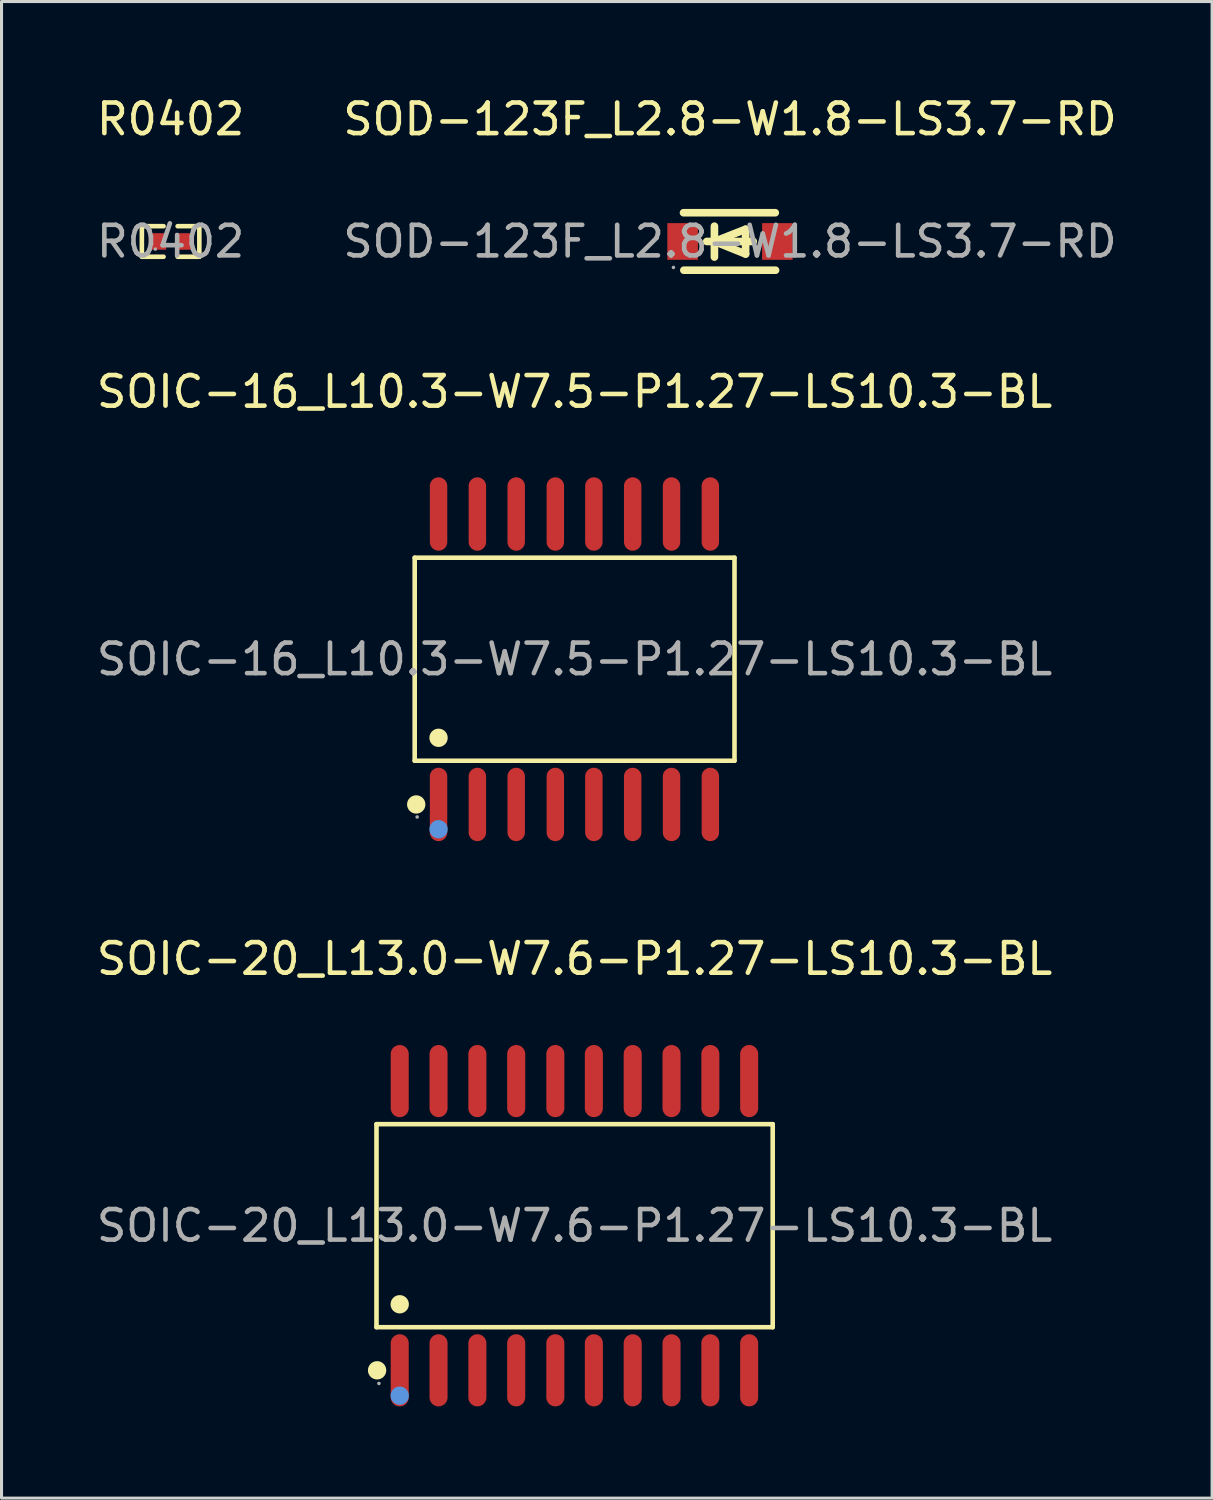
<source format=kicad_pcb>
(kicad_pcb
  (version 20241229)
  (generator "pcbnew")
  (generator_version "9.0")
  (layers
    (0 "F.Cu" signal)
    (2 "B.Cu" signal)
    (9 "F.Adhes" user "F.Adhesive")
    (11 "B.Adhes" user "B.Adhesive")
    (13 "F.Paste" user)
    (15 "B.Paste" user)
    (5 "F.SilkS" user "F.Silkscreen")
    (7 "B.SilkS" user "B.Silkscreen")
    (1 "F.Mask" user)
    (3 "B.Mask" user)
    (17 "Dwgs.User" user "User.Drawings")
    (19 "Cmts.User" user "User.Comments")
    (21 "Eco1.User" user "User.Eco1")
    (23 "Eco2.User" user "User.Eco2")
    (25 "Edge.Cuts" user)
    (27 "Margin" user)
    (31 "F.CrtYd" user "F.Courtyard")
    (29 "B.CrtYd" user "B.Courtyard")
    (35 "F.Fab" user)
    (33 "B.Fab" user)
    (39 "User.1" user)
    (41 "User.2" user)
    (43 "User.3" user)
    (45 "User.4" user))
  (footprint "R0402"
    (layer "F.Cu")
    (at 2.53 4.848)
    (property "Reference" "R0402" (at 0 -4 0) (layer "F.SilkS") (effects (font (size 1 1) (thickness 0.15))))
    (attr smd)
    (fp_line (start -0.94 -0.5) (end -0.23 -0.5) (stroke (width 0.15) (type solid)) (layer "F.SilkS"))
    (fp_line (start -0.94 0.5) (end -0.94 -0.5) (stroke (width 0.15) (type solid)) (layer "F.SilkS"))
    (fp_line (start -0.23 0.5) (end -0.94 0.5) (stroke (width 0.15) (type solid)) (layer "F.SilkS"))
    (fp_line (start 0.23 0.5) (end 0.94 0.5) (stroke (width 0.15) (type solid)) (layer "F.SilkS"))
    (fp_line (start 0.94 -0.5) (end 0.23 -0.5) (stroke (width 0.15) (type solid)) (layer "F.SilkS"))
    (fp_line (start 0.94 0.5) (end 0.94 -0.5) (stroke (width 0.15) (type solid)) (layer "F.SilkS"))
    (fp_circle (center -0.5 0.25) (end -0.47 0.25) (stroke (width 0.06) (type solid)) (fill no) (layer "F.Fab"))
    (fp_text user "${REFERENCE}" (at 0 0 0) (layer "F.Fab") (effects (font (size 1 1) (thickness 0.15))))
    (pad "1" smd rect (at -0.43 0) (size 0.57 0.54) (layers "F.Cu" "F.Mask" "F.Paste"))
    (pad "2" smd rect (at 0.43 0) (size 0.57 0.54) (layers "F.Cu" "F.Mask" "F.Paste")))
  (footprint "SOIC-20_L13.0-W7.6-P1.27-LS10.3-BL"
    (layer "F.Cu")
    (at 15.744 37.04)
    (property "Reference" "SOIC-20_L13.0-W7.6-P1.27-LS10.3-BL" (at 0 -8.73 0) (layer "F.SilkS") (effects (font (size 1 1) (thickness 0.15))))
    (attr smd)
    (fp_line (start -6.48 -3.32) (end 6.48 -3.32) (stroke (width 0.15) (type solid)) (layer "F.SilkS"))
    (fp_line (start -6.48 3.32) (end -6.48 -3.32) (stroke (width 0.15) (type solid)) (layer "F.SilkS"))
    (fp_line (start 6.48 -3.32) (end 6.48 3.32) (stroke (width 0.15) (type solid)) (layer "F.SilkS"))
    (fp_line (start 6.48 3.32) (end -6.48 3.32) (stroke (width 0.15) (type solid)) (layer "F.SilkS"))
    (fp_circle (center -6.46 4.73) (end -6.31 4.73) (stroke (width 0.3) (type solid)) (fill no) (layer "F.SilkS"))
    (fp_circle (center -5.72 2.57) (end -5.57 2.57) (stroke (width 0.3) (type solid)) (fill no) (layer "F.SilkS"))
    (fp_circle (center -5.72 5.56) (end -5.57 5.56) (stroke (width 0.3) (type solid)) (fill no) (layer "Cmts.User"))
    (fp_circle (center -6.4 5.16) (end -6.37 5.16) (stroke (width 0.06) (type solid)) (fill no) (layer "F.Fab"))
    (fp_text user "${REFERENCE}" (at 0 0 0) (layer "F.Fab") (effects (font (size 1 1) (thickness 0.15))))
    (pad "1" smd oval (at -5.72 4.73) (size 0.59 2.36) (layers "F.Cu" "F.Mask" "F.Paste"))
    (pad "2" smd oval (at -4.45 4.73) (size 0.59 2.36) (layers "F.Cu" "F.Mask" "F.Paste"))
    (pad "3" smd oval (at -3.18 4.73) (size 0.59 2.36) (layers "F.Cu" "F.Mask" "F.Paste"))
    (pad "4" smd oval (at -1.91 4.73) (size 0.59 2.36) (layers "F.Cu" "F.Mask" "F.Paste"))
    (pad "5" smd oval (at -0.63 4.73) (size 0.59 2.36) (layers "F.Cu" "F.Mask" "F.Paste"))
    (pad "6" smd oval (at 0.63 4.73) (size 0.59 2.36) (layers "F.Cu" "F.Mask" "F.Paste"))
    (pad "7" smd oval (at 1.9 4.73) (size 0.59 2.36) (layers "F.Cu" "F.Mask" "F.Paste"))
    (pad "8" smd oval (at 3.17 4.73) (size 0.59 2.36) (layers "F.Cu" "F.Mask" "F.Paste"))
    (pad "9" smd oval (at 4.44 4.73) (size 0.59 2.36) (layers "F.Cu" "F.Mask" "F.Paste"))
    (pad "10" smd oval (at 5.71 4.73) (size 0.59 2.36) (layers "F.Cu" "F.Mask" "F.Paste"))
    (pad "11" smd oval (at 5.71 -4.73) (size 0.59 2.36) (layers "F.Cu" "F.Mask" "F.Paste"))
    (pad "12" smd oval (at 4.44 -4.73) (size 0.59 2.36) (layers "F.Cu" "F.Mask" "F.Paste"))
    (pad "13" smd oval (at 3.17 -4.73) (size 0.59 2.36) (layers "F.Cu" "F.Mask" "F.Paste"))
    (pad "14" smd oval (at 1.9 -4.73) (size 0.59 2.36) (layers "F.Cu" "F.Mask" "F.Paste"))
    (pad "15" smd oval (at 0.63 -4.73) (size 0.59 2.36) (layers "F.Cu" "F.Mask" "F.Paste"))
    (pad "16" smd oval (at -0.63 -4.73) (size 0.59 2.36) (layers "F.Cu" "F.Mask" "F.Paste"))
    (pad "17" smd oval (at -1.91 -4.73) (size 0.59 2.36) (layers "F.Cu" "F.Mask" "F.Paste"))
    (pad "18" smd oval (at -3.18 -4.73) (size 0.59 2.36) (layers "F.Cu" "F.Mask" "F.Paste"))
    (pad "19" smd oval (at -4.45 -4.73) (size 0.59 2.36) (layers "F.Cu" "F.Mask" "F.Paste"))
    (pad "20" smd oval (at -5.72 -4.73) (size 0.59 2.36) (layers "F.Cu" "F.Mask" "F.Paste")))
  (footprint "SOIC-16_L10.3-W7.5-P1.27-LS10.3-BL"
    (layer "F.Cu")
    (at 15.744 18.512)
    (property "Reference" "SOIC-16_L10.3-W7.5-P1.27-LS10.3-BL" (at 0 -8.75 0) (layer "F.SilkS") (effects (font (size 1 1) (thickness 0.15))))
    (attr smd)
    (fp_line (start -5.23 -3.32) (end 5.23 -3.32) (stroke (width 0.15) (type solid)) (layer "F.SilkS"))
    (fp_line (start -5.23 3.32) (end -5.23 -3.32) (stroke (width 0.15) (type solid)) (layer "F.SilkS"))
    (fp_line (start 5.23 -3.32) (end 5.23 3.32) (stroke (width 0.15) (type solid)) (layer "F.SilkS"))
    (fp_line (start 5.23 3.32) (end -5.23 3.32) (stroke (width 0.15) (type solid)) (layer "F.SilkS"))
    (fp_circle (center -5.18 4.75) (end -5.03 4.75) (stroke (width 0.3) (type solid)) (fill no) (layer "F.SilkS"))
    (fp_circle (center -4.45 2.57) (end -4.3 2.57) (stroke (width 0.3) (type solid)) (fill no) (layer "F.SilkS"))
    (fp_circle (center -4.45 5.56) (end -4.3 5.56) (stroke (width 0.3) (type solid)) (fill no) (layer "Cmts.User"))
    (fp_circle (center -5.15 5.16) (end -5.12 5.16) (stroke (width 0.06) (type solid)) (fill no) (layer "F.Fab"))
    (fp_text user "${REFERENCE}" (at 0 0 0) (layer "F.Fab") (effects (font (size 1 1) (thickness 0.15))))
    (pad "1" smd oval (at -4.45 4.75) (size 0.57 2.4) (layers "F.Cu" "F.Mask" "F.Paste"))
    (pad "2" smd oval (at -3.18 4.75) (size 0.57 2.4) (layers "F.Cu" "F.Mask" "F.Paste"))
    (pad "3" smd oval (at -1.91 4.75) (size 0.57 2.4) (layers "F.Cu" "F.Mask" "F.Paste"))
    (pad "4" smd oval (at -0.63 4.75) (size 0.57 2.4) (layers "F.Cu" "F.Mask" "F.Paste"))
    (pad "5" smd oval (at 0.63 4.75) (size 0.57 2.4) (layers "F.Cu" "F.Mask" "F.Paste"))
    (pad "6" smd oval (at 1.9 4.75) (size 0.57 2.4) (layers "F.Cu" "F.Mask" "F.Paste"))
    (pad "7" smd oval (at 3.17 4.75) (size 0.57 2.4) (layers "F.Cu" "F.Mask" "F.Paste"))
    (pad "8" smd oval (at 4.44 4.75) (size 0.57 2.4) (layers "F.Cu" "F.Mask" "F.Paste"))
    (pad "9" smd oval (at 4.44 -4.75) (size 0.57 2.4) (layers "F.Cu" "F.Mask" "F.Paste"))
    (pad "10" smd oval (at 3.17 -4.75) (size 0.57 2.4) (layers "F.Cu" "F.Mask" "F.Paste"))
    (pad "11" smd oval (at 1.9 -4.75) (size 0.57 2.4) (layers "F.Cu" "F.Mask" "F.Paste"))
    (pad "12" smd oval (at 0.63 -4.75) (size 0.57 2.4) (layers "F.Cu" "F.Mask" "F.Paste"))
    (pad "13" smd oval (at -0.63 -4.75) (size 0.57 2.4) (layers "F.Cu" "F.Mask" "F.Paste"))
    (pad "14" smd oval (at -1.91 -4.75) (size 0.57 2.4) (layers "F.Cu" "F.Mask" "F.Paste"))
    (pad "15" smd oval (at -3.18 -4.75) (size 0.57 2.4) (layers "F.Cu" "F.Mask" "F.Paste"))
    (pad "16" smd oval (at -4.45 -4.75) (size 0.57 2.4) (layers "F.Cu" "F.Mask" "F.Paste")))
  (footprint "SOD-123F_L2.8-W1.8-LS3.7-RD"
    (layer "F.Cu")
    (at 20.827 4.848)
    (property "Reference" "SOD-123F_L2.8-W1.8-LS3.7-RD" (at 0 -4 0) (layer "F.SilkS") (effects (font (size 1 1) (thickness 0.15))))
    (attr smd)
    (fp_line (start -1.52 -0.94) (end 1.48 -0.94) (stroke (width 0.25) (type solid)) (layer "F.SilkS"))
    (fp_line (start -1.51 0.94) (end 1.49 0.94) (stroke (width 0.25) (type solid)) (layer "F.SilkS"))
    (fp_line (start -0.76 0) (end 0.76 0) (stroke (width 0.25) (type solid)) (layer "F.SilkS"))
    (fp_line (start -0.51 -0.5) (end -0.51 0.51) (stroke (width 0.25) (type solid)) (layer "F.SilkS"))
    (fp_line (start -0.51 0) (end 0.51 -0.4) (stroke (width 0.25) (type solid)) (layer "F.SilkS"))
    (fp_line (start 0.51 -0.4) (end 0.51 0.41) (stroke (width 0.25) (type solid)) (layer "F.SilkS"))
    (fp_line (start 0.51 0.41) (end -0.51 0) (stroke (width 0.25) (type solid)) (layer "F.SilkS"))
    (fp_circle (center -1.85 0.85) (end -1.82 0.85) (stroke (width 0.06) (type solid)) (fill no) (layer "F.Fab"))
    (fp_text user "${REFERENCE}" (at 0 0 0) (layer "F.Fab") (effects (font (size 1 1) (thickness 0.15))))
    (pad "1" smd rect (at -1.55 0) (size 1 1.2) (layers "F.Cu" "F.Mask" "F.Paste"))
    (pad "2" smd rect (at 1.55 0) (size 1 1.2) (layers "F.Cu" "F.Mask" "F.Paste")))
  (gr_rect
    (start -3 -3)
    (end 36.595 45.95)
    (stroke (width 0.1) (type default))
    (fill no)
    (layer "Edge.Cuts")))
</source>
